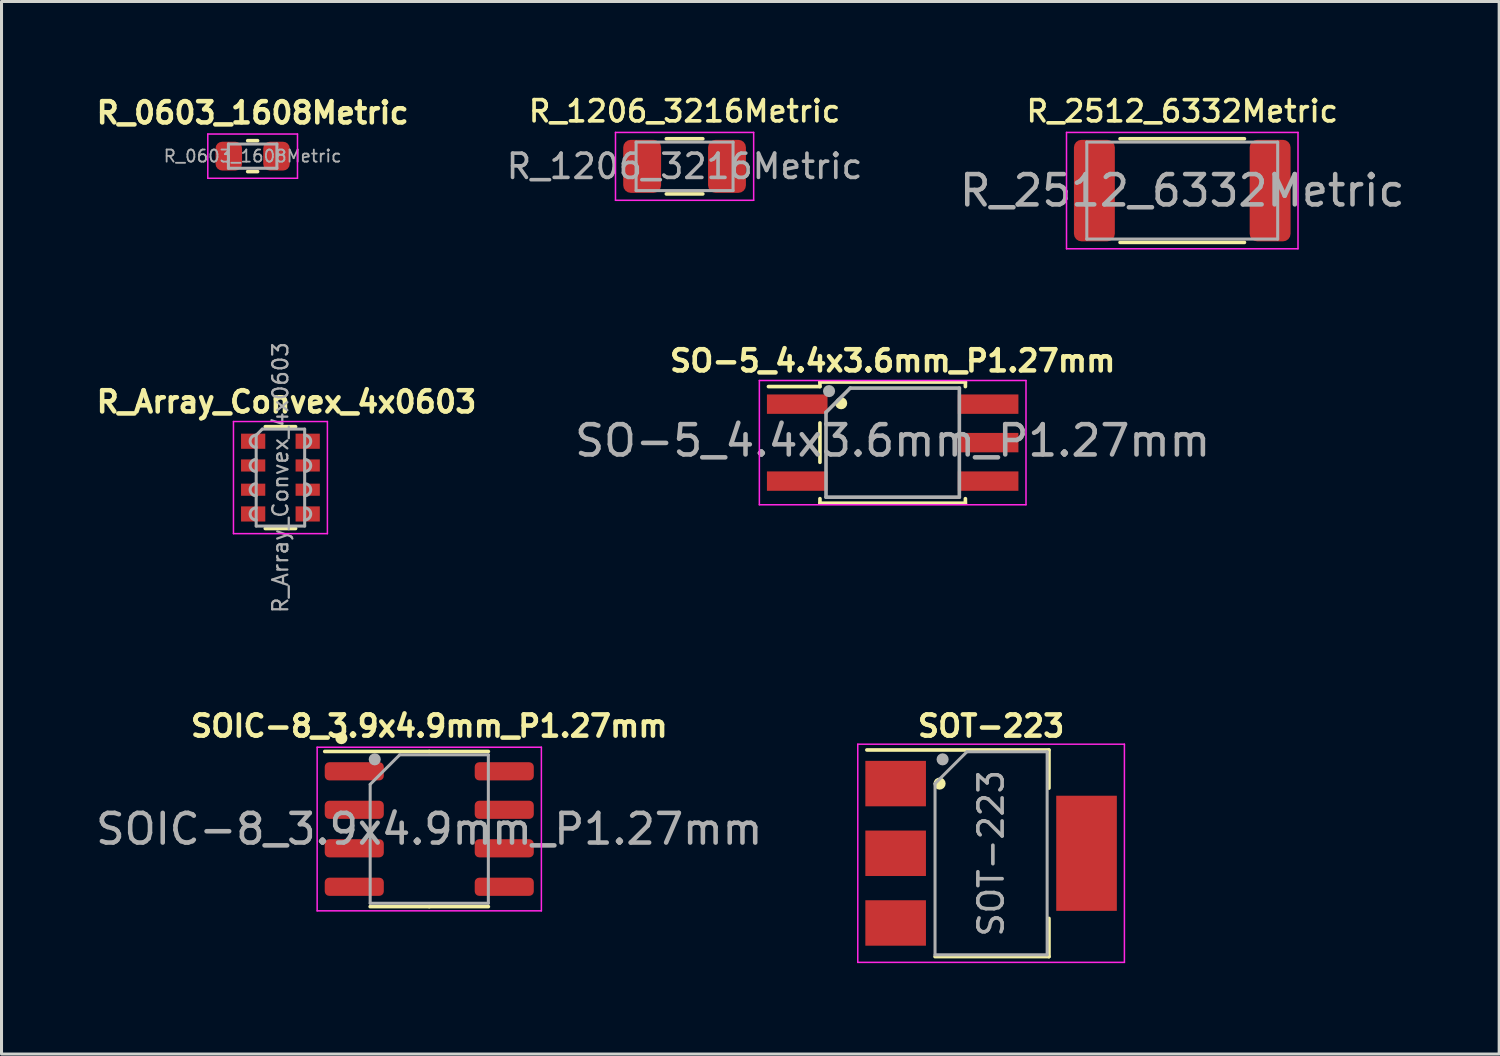
<source format=kicad_pcb>
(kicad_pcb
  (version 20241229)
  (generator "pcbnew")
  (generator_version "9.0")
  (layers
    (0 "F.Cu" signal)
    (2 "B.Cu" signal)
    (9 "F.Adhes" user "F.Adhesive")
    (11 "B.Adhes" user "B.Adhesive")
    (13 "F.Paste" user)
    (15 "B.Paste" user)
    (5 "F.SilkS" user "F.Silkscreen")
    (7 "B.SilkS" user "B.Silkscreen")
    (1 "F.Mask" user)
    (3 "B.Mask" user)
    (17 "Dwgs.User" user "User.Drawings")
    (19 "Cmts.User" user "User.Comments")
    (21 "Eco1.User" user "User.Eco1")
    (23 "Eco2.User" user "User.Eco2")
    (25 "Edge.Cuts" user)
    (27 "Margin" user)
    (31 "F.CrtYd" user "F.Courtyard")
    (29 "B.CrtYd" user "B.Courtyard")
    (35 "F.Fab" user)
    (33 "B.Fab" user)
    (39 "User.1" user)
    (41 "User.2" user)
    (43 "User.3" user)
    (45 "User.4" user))
  (footprint "R_0603_1608Metric"
    (layer "F.Cu")
    (at 5.288 2.103)
    (property "Reference" "R_0603_1608Metric" (at 0 -1.43 0) (layer "F.SilkS") (effects (font (size 0.7 0.7) (thickness 0.15))))
    (attr smd)
    (fp_line (start -0.163 -0.51) (end 0.163 -0.51) (stroke (width 0.12) (type solid)) (layer "F.SilkS"))
    (fp_line (start -0.163 0.51) (end 0.163 0.51) (stroke (width 0.12) (type solid)) (layer "F.SilkS"))
    (fp_line (start -1.48 -0.73) (end 1.48 -0.73) (stroke (width 0.05) (type solid)) (layer "F.CrtYd"))
    (fp_line (start -1.48 0.73) (end -1.48 -0.73) (stroke (width 0.05) (type solid)) (layer "F.CrtYd"))
    (fp_line (start 1.48 -0.73) (end 1.48 0.73) (stroke (width 0.05) (type solid)) (layer "F.CrtYd"))
    (fp_line (start 1.48 0.73) (end -1.48 0.73) (stroke (width 0.05) (type solid)) (layer "F.CrtYd"))
    (fp_line (start -0.8 -0.4) (end 0.8 -0.4) (stroke (width 0.1) (type solid)) (layer "F.Fab"))
    (fp_line (start -0.8 0.4) (end -0.8 -0.4) (stroke (width 0.1) (type solid)) (layer "F.Fab"))
    (fp_line (start 0.8 -0.4) (end 0.8 0.4) (stroke (width 0.1) (type solid)) (layer "F.Fab"))
    (fp_line (start 0.8 0.4) (end -0.8 0.4) (stroke (width 0.1) (type solid)) (layer "F.Fab"))
    (fp_text user "${REFERENCE}" (at 0 0 0) (layer "F.Fab") (effects (font (size 0.4 0.4) (thickness 0.06))))
    (pad "1" smd roundrect (at -0.787 0) (size 0.875 0.95) (layers "F.Cu" "F.Mask" "F.Paste") (roundrect_rratio 0.25))
    (pad "2" smd roundrect (at 0.787 0) (size 0.875 0.95) (layers "F.Cu" "F.Mask" "F.Paste") (roundrect_rratio 0.25)))
  (footprint "R_2512_6332Metric"
    (layer "F.Cu")
    (at 35.968 3.24)
    (property "Reference" "R_2512_6332Metric" (at 0 -2.62 0) (layer "F.SilkS") (effects (font (size 0.7 0.7) (thickness 0.12))))
    (attr smd)
    (fp_line (start -2.052 -1.71) (end 2.052 -1.71) (stroke (width 0.12) (type solid)) (layer "F.SilkS"))
    (fp_line (start -2.052 1.71) (end 2.052 1.71) (stroke (width 0.12) (type solid)) (layer "F.SilkS"))
    (fp_line (start -3.82 -1.92) (end 3.82 -1.92) (stroke (width 0.05) (type solid)) (layer "F.CrtYd"))
    (fp_line (start -3.82 1.92) (end -3.82 -1.92) (stroke (width 0.05) (type solid)) (layer "F.CrtYd"))
    (fp_line (start 3.82 -1.92) (end 3.82 1.92) (stroke (width 0.05) (type solid)) (layer "F.CrtYd"))
    (fp_line (start 3.82 1.92) (end -3.82 1.92) (stroke (width 0.05) (type solid)) (layer "F.CrtYd"))
    (fp_line (start -3.15 -1.6) (end 3.15 -1.6) (stroke (width 0.1) (type solid)) (layer "F.Fab"))
    (fp_line (start -3.15 1.6) (end -3.15 -1.6) (stroke (width 0.1) (type solid)) (layer "F.Fab"))
    (fp_line (start 3.15 -1.6) (end 3.15 1.6) (stroke (width 0.1) (type solid)) (layer "F.Fab"))
    (fp_line (start 3.15 1.6) (end -3.15 1.6) (stroke (width 0.1) (type solid)) (layer "F.Fab"))
    (fp_text user "${REFERENCE}" (at 0 0 0) (layer "F.Fab") (effects (font (size 1 1) (thickness 0.15))))
    (pad "1" smd roundrect (at -2.9 0) (size 1.35 3.35) (layers "F.Cu" "F.Mask" "F.Paste") (roundrect_rratio 0.185))
    (pad "2" smd roundrect (at 2.9 0) (size 1.35 3.35) (layers "F.Cu" "F.Mask" "F.Paste") (roundrect_rratio 0.185)))
  (footprint "SO-5_4.4x3.6mm_P1.27mm"
    (layer "F.Cu")
    (at 26.411 11.558)
    (property "Reference" "SO-5_4.4x3.6mm_P1.27mm" (at 0 -2.7 0) (layer "F.SilkS") (effects (font (size 0.7 0.7) (thickness 0.15))))
    (attr smd)
    (fp_line (start -2.4 -2) (end 2.4 -2) (stroke (width 0.12) (type solid)) (layer "F.SilkS"))
    (fp_line (start -2.4 -1.85) (end -4.1 -1.85) (stroke (width 0.12) (type solid)) (layer "F.SilkS"))
    (fp_line (start -2.4 -1.85) (end -2.4 -2) (stroke (width 0.12) (type solid)) (layer "F.SilkS"))
    (fp_line (start -2.4 0.65) (end -2.4 -0.65) (stroke (width 0.12) (type solid)) (layer "F.SilkS"))
    (fp_line (start -2.4 2) (end -2.4 1.85) (stroke (width 0.12) (type solid)) (layer "F.SilkS"))
    (fp_line (start 2.4 -2) (end 2.4 -1.85) (stroke (width 0.12) (type solid)) (layer "F.SilkS"))
    (fp_line (start 2.4 1.85) (end 2.4 2) (stroke (width 0.12) (type solid)) (layer "F.SilkS"))
    (fp_line (start 2.4 2) (end -2.4 2) (stroke (width 0.12) (type solid)) (layer "F.SilkS"))
    (fp_circle (center -1.7 -1.3) (end -1.6 -1.3) (stroke (width 0.2) (type solid)) (fill no) (layer "F.SilkS"))
    (fp_line (start -4.4 -2.05) (end -4.4 2.05) (stroke (width 0.05) (type solid)) (layer "F.CrtYd"))
    (fp_line (start -4.4 -2.05) (end 4.4 -2.05) (stroke (width 0.05) (type solid)) (layer "F.CrtYd"))
    (fp_line (start 4.4 2.05) (end -4.4 2.05) (stroke (width 0.05) (type solid)) (layer "F.CrtYd"))
    (fp_line (start 4.4 2.05) (end 4.4 -2.05) (stroke (width 0.05) (type solid)) (layer "F.CrtYd"))
    (fp_line (start -2.2 -1) (end -1.4 -1.8) (stroke (width 0.12) (type solid)) (layer "F.Fab"))
    (fp_line (start -2.2 1.8) (end -2.2 -1) (stroke (width 0.12) (type solid)) (layer "F.Fab"))
    (fp_line (start -1.4 -1.8) (end 2.2 -1.8) (stroke (width 0.12) (type solid)) (layer "F.Fab"))
    (fp_line (start 2.2 -1.8) (end 2.2 1.8) (stroke (width 0.12) (type solid)) (layer "F.Fab"))
    (fp_line (start 2.2 1.8) (end -2.2 1.8) (stroke (width 0.12) (type solid)) (layer "F.Fab"))
    (fp_circle (center -2.1 -1.7) (end -2 -1.7) (stroke (width 0.2) (type solid)) (fill no) (layer "F.Fab"))
    (fp_text user "${REFERENCE}" (at 0 -0.065 0) (layer "F.Fab") (effects (font (size 1 1) (thickness 0.15))))
    (pad "1" smd rect (at -3.15 -1.27) (size 2 0.64) (layers "F.Cu" "F.Mask" "F.Paste"))
    (pad "3" smd rect (at -3.15 1.27) (size 2 0.64) (layers "F.Cu" "F.Mask" "F.Paste"))
    (pad "4" smd rect (at 3.15 1.27) (size 2 0.64) (layers "F.Cu" "F.Mask" "F.Paste"))
    (pad "5" smd rect (at 3.15 0) (size 2 0.64) (layers "F.Cu" "F.Mask" "F.Paste"))
    (pad "6" smd rect (at 3.15 -1.27) (size 2 0.64) (layers "F.Cu" "F.Mask" "F.Paste")))
  (footprint "SOT-223"
    (layer "F.Cu")
    (at 29.659 25.111)
    (property "Reference" "SOT-223" (at 0 -4.2 0) (layer "F.SilkS") (effects (font (size 0.7 0.7) (thickness 0.15))))
    (attr smd)
    (fp_line (start -4.1 -3.41) (end 1.91 -3.41) (stroke (width 0.12) (type solid)) (layer "F.SilkS"))
    (fp_line (start -1.85 3.41) (end 1.91 3.41) (stroke (width 0.12) (type solid)) (layer "F.SilkS"))
    (fp_line (start 1.91 -3.41) (end 1.91 -2.15) (stroke (width 0.12) (type solid)) (layer "F.SilkS"))
    (fp_line (start 1.91 3.41) (end 1.91 2.15) (stroke (width 0.12) (type solid)) (layer "F.SilkS"))
    (fp_circle (center -1.7 -2.3) (end -1.6 -2.3) (stroke (width 0.2) (type solid)) (fill no) (layer "F.SilkS"))
    (fp_line (start -4.4 -3.6) (end -4.4 3.6) (stroke (width 0.05) (type solid)) (layer "F.CrtYd"))
    (fp_line (start -4.4 3.6) (end 4.4 3.6) (stroke (width 0.05) (type solid)) (layer "F.CrtYd"))
    (fp_line (start 4.4 -3.6) (end -4.4 -3.6) (stroke (width 0.05) (type solid)) (layer "F.CrtYd"))
    (fp_line (start 4.4 3.6) (end 4.4 -3.6) (stroke (width 0.05) (type solid)) (layer "F.CrtYd"))
    (fp_line (start -1.85 -2.3) (end -1.85 3.35) (stroke (width 0.1) (type solid)) (layer "F.Fab"))
    (fp_line (start -1.85 -2.3) (end -0.8 -3.35) (stroke (width 0.1) (type solid)) (layer "F.Fab"))
    (fp_line (start -1.85 3.35) (end 1.85 3.35) (stroke (width 0.1) (type solid)) (layer "F.Fab"))
    (fp_line (start -0.8 -3.35) (end 1.85 -3.35) (stroke (width 0.1) (type solid)) (layer "F.Fab"))
    (fp_line (start 1.85 -3.35) (end 1.85 3.35) (stroke (width 0.1) (type solid)) (layer "F.Fab"))
    (fp_circle (center -1.6 -3.1) (end -1.5 -3.1) (stroke (width 0.2) (type solid)) (fill no) (layer "F.Fab"))
    (fp_text user "${REFERENCE}" (at 0 0 90) (layer "F.Fab") (effects (font (size 0.8 0.8) (thickness 0.12))))
    (pad "1" smd rect (at -3.15 -2.3) (size 2 1.5) (layers "F.Cu" "F.Mask" "F.Paste"))
    (pad "2" smd rect (at -3.15 0) (size 2 1.5) (layers "F.Cu" "F.Mask" "F.Paste"))
    (pad "3" smd rect (at -3.15 2.3) (size 2 1.5) (layers "F.Cu" "F.Mask" "F.Paste"))
    (pad "4" smd rect (at 3.15 0) (size 2 3.8) (layers "F.Cu" "F.Mask" "F.Paste")))
  (footprint "R_1206_3216Metric"
    (layer "F.Cu")
    (at 19.543 2.44)
    (property "Reference" "R_1206_3216Metric" (at 0 -1.82 0) (layer "F.SilkS") (effects (font (size 0.7 0.7) (thickness 0.12))))
    (attr smd)
    (fp_line (start -0.602 -0.91) (end 0.602 -0.91) (stroke (width 0.12) (type solid)) (layer "F.SilkS"))
    (fp_line (start -0.602 0.91) (end 0.602 0.91) (stroke (width 0.12) (type solid)) (layer "F.SilkS"))
    (fp_line (start -2.28 -1.12) (end 2.28 -1.12) (stroke (width 0.05) (type solid)) (layer "F.CrtYd"))
    (fp_line (start -2.28 1.12) (end -2.28 -1.12) (stroke (width 0.05) (type solid)) (layer "F.CrtYd"))
    (fp_line (start 2.28 -1.12) (end 2.28 1.12) (stroke (width 0.05) (type solid)) (layer "F.CrtYd"))
    (fp_line (start 2.28 1.12) (end -2.28 1.12) (stroke (width 0.05) (type solid)) (layer "F.CrtYd"))
    (fp_line (start -1.6 -0.8) (end 1.6 -0.8) (stroke (width 0.1) (type solid)) (layer "F.Fab"))
    (fp_line (start -1.6 0.8) (end -1.6 -0.8) (stroke (width 0.1) (type solid)) (layer "F.Fab"))
    (fp_line (start 1.6 -0.8) (end 1.6 0.8) (stroke (width 0.1) (type solid)) (layer "F.Fab"))
    (fp_line (start 1.6 0.8) (end -1.6 0.8) (stroke (width 0.1) (type solid)) (layer "F.Fab"))
    (fp_text user "${REFERENCE}" (at 0 0 0) (layer "F.Fab") (effects (font (size 0.8 0.8) (thickness 0.12))))
    (pad "1" smd roundrect (at -1.4 0) (size 1.25 1.75) (layers "F.Cu" "F.Mask" "F.Paste") (roundrect_rratio 0.2))
    (pad "2" smd roundrect (at 1.4 0) (size 1.25 1.75) (layers "F.Cu" "F.Mask" "F.Paste") (roundrect_rratio 0.2)))
  (footprint "R_Array_Convex_4x0603"
    (layer "F.Cu")
    (at 6.205 12.712)
    (property "Reference" "R_Array_Convex_4x0603" (at 0.2 -2.5 0) (layer "F.SilkS") (effects (font (size 0.7 0.7) (thickness 0.15))))
    (attr smd)
    (fp_line (start 0.5 -1.68) (end -0.5 -1.68) (stroke (width 0.12) (type solid)) (layer "F.SilkS"))
    (fp_line (start 0.5 1.68) (end -0.5 1.68) (stroke (width 0.12) (type solid)) (layer "F.SilkS"))
    (fp_line (start -1.55 -1.85) (end -1.55 1.85) (stroke (width 0.05) (type solid)) (layer "F.CrtYd"))
    (fp_line (start -1.55 -1.85) (end 1.55 -1.85) (stroke (width 0.05) (type solid)) (layer "F.CrtYd"))
    (fp_line (start 1.55 1.85) (end -1.55 1.85) (stroke (width 0.05) (type solid)) (layer "F.CrtYd"))
    (fp_line (start 1.55 1.85) (end 1.55 -1.85) (stroke (width 0.05) (type solid)) (layer "F.CrtYd"))
    (fp_line (start -0.8 -1.4) (end -0.6 -1.6) (stroke (width 0.1) (type solid)) (layer "F.Fab"))
    (fp_line (start -0.8 1.6) (end -0.8 -1.4) (stroke (width 0.1) (type solid)) (layer "F.Fab"))
    (fp_line (start -0.6 -1.6) (end 0.8 -1.6) (stroke (width 0.1) (type solid)) (layer "F.Fab"))
    (fp_line (start 0.8 -1.6) (end 0.8 1.6) (stroke (width 0.1) (type solid)) (layer "F.Fab"))
    (fp_line (start 0.8 1.6) (end -0.8 1.6) (stroke (width 0.1) (type solid)) (layer "F.Fab"))
    (fp_arc (start -0.8 -1) (mid -1 -1.2) (end -0.8 -1.4) (stroke (width 0.1) (type solid)) (layer "F.Fab"))
    (fp_arc (start -0.8 -0.2) (mid -1 -0.4) (end -0.8 -0.6) (stroke (width 0.1) (type solid)) (layer "F.Fab"))
    (fp_arc (start -0.8 0.6) (mid -1 0.4) (end -0.8 0.2) (stroke (width 0.1) (type solid)) (layer "F.Fab"))
    (fp_arc (start -0.8 1.4) (mid -1 1.2) (end -0.8 1) (stroke (width 0.1) (type solid)) (layer "F.Fab"))
    (fp_arc (start 0.8 -1.4) (mid 1 -1.2) (end 0.8 -1) (stroke (width 0.1) (type solid)) (layer "F.Fab"))
    (fp_arc (start 0.8 -0.6) (mid 1 -0.4) (end 0.8 -0.2) (stroke (width 0.1) (type solid)) (layer "F.Fab"))
    (fp_arc (start 0.8 0.2) (mid 1 0.4) (end 0.8 0.6) (stroke (width 0.1) (type solid)) (layer "F.Fab"))
    (fp_arc (start 0.8 1) (mid 1 1.2) (end 0.8 1.4) (stroke (width 0.1) (type solid)) (layer "F.Fab"))
    (fp_text user "${REFERENCE}" (at 0 0 90) (layer "F.Fab") (effects (font (size 0.5 0.5) (thickness 0.075))))
    (pad "1" smd rect (at -0.9 -1.2) (size 0.8 0.5) (layers "F.Cu" "F.Mask" "F.Paste"))
    (pad "2" smd rect (at -0.9 -0.4) (size 0.8 0.4) (layers "F.Cu" "F.Mask" "F.Paste"))
    (pad "3" smd rect (at -0.9 0.4) (size 0.8 0.4) (layers "F.Cu" "F.Mask" "F.Paste"))
    (pad "4" smd rect (at -0.9 1.2) (size 0.8 0.5) (layers "F.Cu" "F.Mask" "F.Paste"))
    (pad "5" smd rect (at 0.9 1.2) (size 0.8 0.5) (layers "F.Cu" "F.Mask" "F.Paste"))
    (pad "6" smd rect (at 0.9 0.4) (size 0.8 0.4) (layers "F.Cu" "F.Mask" "F.Paste"))
    (pad "7" smd rect (at 0.9 -0.4) (size 0.8 0.4) (layers "F.Cu" "F.Mask" "F.Paste"))
    (pad "8" smd rect (at 0.9 -1.2) (size 0.8 0.5) (layers "F.Cu" "F.Mask" "F.Paste")))
  (footprint "SOIC-8_3.9x4.9mm_P1.27mm"
    (layer "F.Cu")
    (at 11.117 24.311)
    (property "Reference" "SOIC-8_3.9x4.9mm_P1.27mm" (at 0 -3.4 0) (layer "F.SilkS") (effects (font (size 0.7 0.7) (thickness 0.15))))
    (attr smd)
    (fp_line (start 0 -2.56) (end -3.45 -2.56) (stroke (width 0.12) (type solid)) (layer "F.SilkS"))
    (fp_line (start 0 -2.56) (end 1.95 -2.56) (stroke (width 0.12) (type solid)) (layer "F.SilkS"))
    (fp_line (start 0 2.56) (end -1.95 2.56) (stroke (width 0.12) (type solid)) (layer "F.SilkS"))
    (fp_line (start 0 2.56) (end 1.95 2.56) (stroke (width 0.12) (type solid)) (layer "F.SilkS"))
    (fp_circle (center -2.9 -3) (end -2.8 -3) (stroke (width 0.2) (type solid)) (fill no) (layer "F.SilkS"))
    (fp_line (start -3.7 -2.7) (end -3.7 2.7) (stroke (width 0.05) (type solid)) (layer "F.CrtYd"))
    (fp_line (start -3.7 2.7) (end 3.7 2.7) (stroke (width 0.05) (type solid)) (layer "F.CrtYd"))
    (fp_line (start 3.7 -2.7) (end -3.7 -2.7) (stroke (width 0.05) (type solid)) (layer "F.CrtYd"))
    (fp_line (start 3.7 2.7) (end 3.7 -2.7) (stroke (width 0.05) (type solid)) (layer "F.CrtYd"))
    (fp_line (start -1.95 -1.475) (end -0.975 -2.45) (stroke (width 0.1) (type solid)) (layer "F.Fab"))
    (fp_line (start -1.95 2.45) (end -1.95 -1.475) (stroke (width 0.1) (type solid)) (layer "F.Fab"))
    (fp_line (start -0.975 -2.45) (end 1.95 -2.45) (stroke (width 0.1) (type solid)) (layer "F.Fab"))
    (fp_line (start 1.95 -2.45) (end 1.95 2.45) (stroke (width 0.1) (type solid)) (layer "F.Fab"))
    (fp_line (start 1.95 2.45) (end -1.95 2.45) (stroke (width 0.1) (type solid)) (layer "F.Fab"))
    (fp_circle (center -1.8 -2.3) (end -1.7 -2.3) (stroke (width 0.2) (type solid)) (fill no) (layer "F.Fab"))
    (fp_text user "${REFERENCE}" (at 0 0 0) (layer "F.Fab") (effects (font (size 0.98 0.98) (thickness 0.15))))
    (pad "1" smd roundrect (at -2.475 -1.905) (size 1.95 0.6) (layers "F.Cu" "F.Mask" "F.Paste") (roundrect_rratio 0.25))
    (pad "2" smd roundrect (at -2.475 -0.635) (size 1.95 0.6) (layers "F.Cu" "F.Mask" "F.Paste") (roundrect_rratio 0.25))
    (pad "3" smd roundrect (at -2.475 0.635) (size 1.95 0.6) (layers "F.Cu" "F.Mask" "F.Paste") (roundrect_rratio 0.25))
    (pad "4" smd roundrect (at -2.475 1.905) (size 1.95 0.6) (layers "F.Cu" "F.Mask" "F.Paste") (roundrect_rratio 0.25))
    (pad "5" smd roundrect (at 2.475 1.905) (size 1.95 0.6) (layers "F.Cu" "F.Mask" "F.Paste") (roundrect_rratio 0.25))
    (pad "6" smd roundrect (at 2.475 0.635) (size 1.95 0.6) (layers "F.Cu" "F.Mask" "F.Paste") (roundrect_rratio 0.25))
    (pad "7" smd roundrect (at 2.475 -0.635) (size 1.95 0.6) (layers "F.Cu" "F.Mask" "F.Paste") (roundrect_rratio 0.25))
    (pad "8" smd roundrect (at 2.475 -1.905) (size 1.95 0.6) (layers "F.Cu" "F.Mask" "F.Paste") (roundrect_rratio 0.25)))
  (gr_rect
    (start -3 -3)
    (end 46.427 31.736)
    (stroke (width 0.1) (type default))
    (fill no)
    (layer "Edge.Cuts")))
</source>
